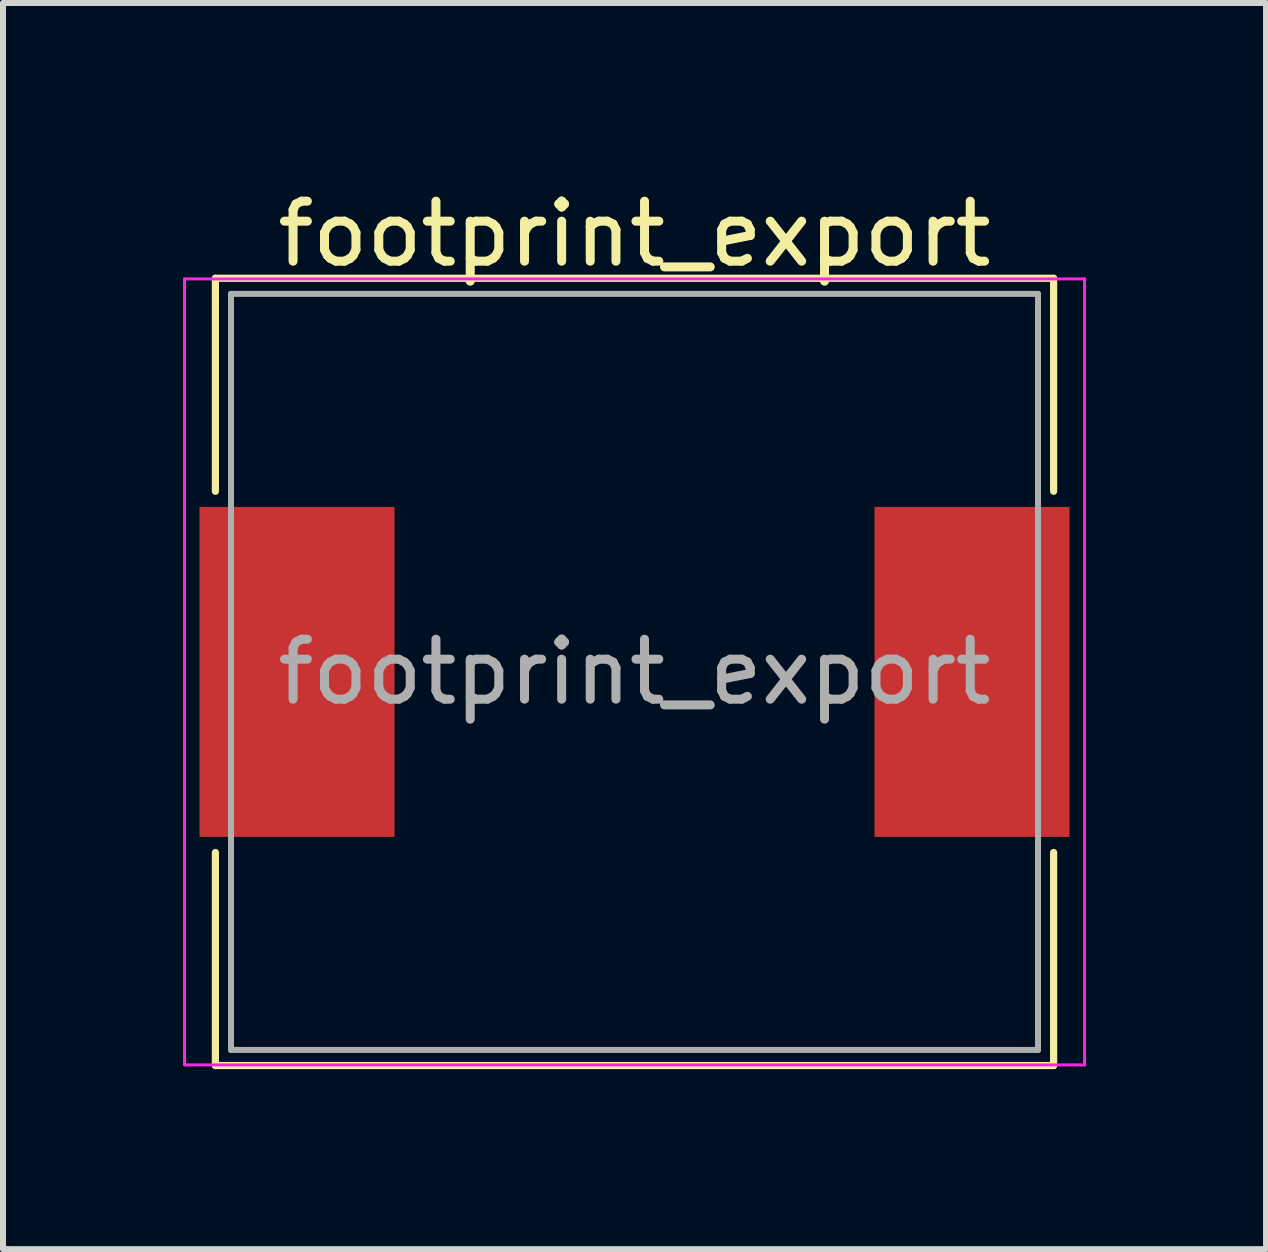
<source format=kicad_pcb>
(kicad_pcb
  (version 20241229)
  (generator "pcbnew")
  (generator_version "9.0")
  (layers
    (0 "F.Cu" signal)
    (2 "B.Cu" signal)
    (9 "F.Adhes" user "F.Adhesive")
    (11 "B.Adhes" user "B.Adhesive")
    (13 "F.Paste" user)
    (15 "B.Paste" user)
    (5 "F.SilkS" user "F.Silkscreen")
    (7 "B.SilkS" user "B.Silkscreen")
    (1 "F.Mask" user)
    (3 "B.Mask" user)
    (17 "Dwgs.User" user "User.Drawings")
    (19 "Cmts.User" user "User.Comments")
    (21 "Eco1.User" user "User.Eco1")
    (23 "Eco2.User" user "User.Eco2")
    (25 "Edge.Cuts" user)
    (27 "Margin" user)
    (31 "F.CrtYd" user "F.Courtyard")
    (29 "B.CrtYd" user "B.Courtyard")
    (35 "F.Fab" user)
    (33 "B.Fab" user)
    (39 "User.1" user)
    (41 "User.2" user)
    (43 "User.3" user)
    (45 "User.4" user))
  (footprint "footprint_export"
    (layer "F.Cu")
    (at 7.525 8.148)
    (property "Reference" "footprint_export" (at 0 -7.3 0) (layer "F.SilkS") (effects (font (size 1 1) (thickness 0.15))))
    (attr smd)
    (fp_line (start -6.985 -6.56) (end -6.985 -3.01) (stroke (width 0.12) (type solid)) (layer "F.SilkS"))
    (fp_line (start -6.985 -6.56) (end 6.985 -6.56) (stroke (width 0.12) (type solid)) (layer "F.SilkS"))
    (fp_line (start -6.985 6.56) (end -6.985 3.01) (stroke (width 0.12) (type solid)) (layer "F.SilkS"))
    (fp_line (start -6.985 6.56) (end 6.985 6.56) (stroke (width 0.12) (type solid)) (layer "F.SilkS"))
    (fp_line (start 6.985 -6.56) (end 6.985 -3.01) (stroke (width 0.12) (type solid)) (layer "F.SilkS"))
    (fp_line (start 6.985 6.56) (end 6.985 3.01) (stroke (width 0.12) (type solid)) (layer "F.SilkS"))
    (fp_line (start -7.5 -6.55) (end -7.5 6.55) (stroke (width 0.05) (type solid)) (layer "F.CrtYd"))
    (fp_line (start -7.5 6.55) (end 7.5 6.55) (stroke (width 0.05) (type solid)) (layer "F.CrtYd"))
    (fp_line (start 7.5 -6.55) (end -7.5 -6.55) (stroke (width 0.05) (type solid)) (layer "F.CrtYd"))
    (fp_line (start 7.5 6.55) (end 7.5 -6.55) (stroke (width 0.05) (type solid)) (layer "F.CrtYd"))
    (fp_line (start -6.725 -6.3) (end -6.725 6.3) (stroke (width 0.1) (type solid)) (layer "F.Fab"))
    (fp_line (start -6.725 6.3) (end 6.725 6.3) (stroke (width 0.1) (type solid)) (layer "F.Fab"))
    (fp_line (start 6.725 -6.3) (end -6.725 -6.3) (stroke (width 0.1) (type solid)) (layer "F.Fab"))
    (fp_line (start 6.725 6.3) (end 6.725 -6.3) (stroke (width 0.1) (type solid)) (layer "F.Fab"))
    (fp_text user "${REFERENCE}" (at 0 0 0) (layer "F.Fab") (effects (font (size 1 1) (thickness 0.15))))
    (pad "1" smd rect (at -5.625 0) (size 3.25 5.5) (layers "F.Cu" "F.Mask" "F.Paste"))
    (pad "2" smd rect (at 5.625 0) (size 3.25 5.5) (layers "F.Cu" "F.Mask" "F.Paste")))
  (gr_rect
    (start -3 -3)
    (end 18.05 17.768)
    (stroke (width 0.1) (type default))
    (fill no)
    (layer "Edge.Cuts")))
</source>
